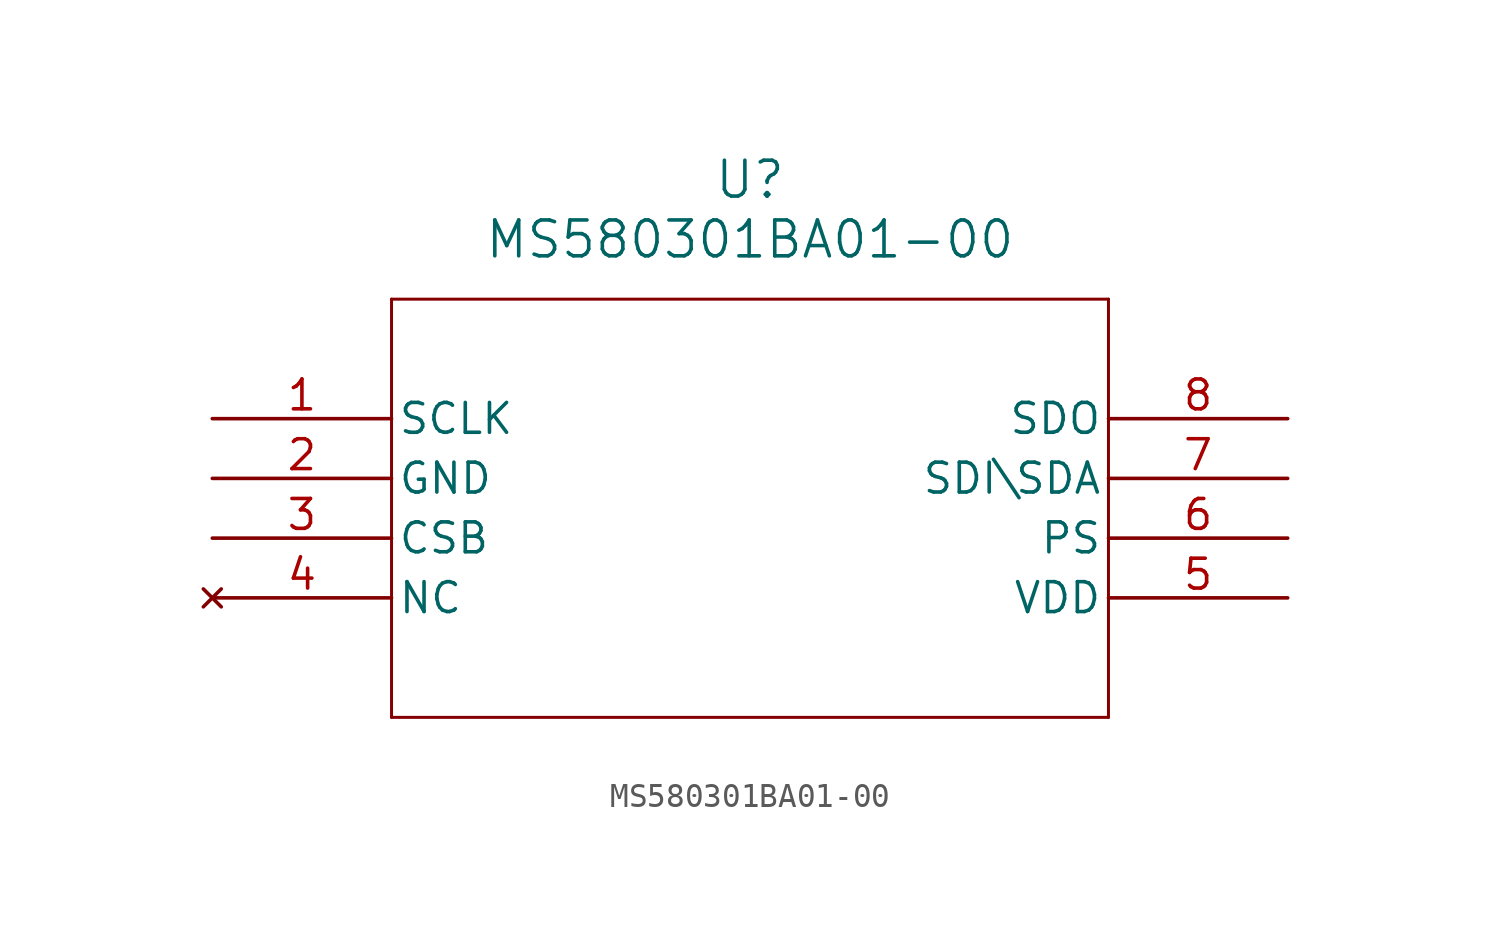
<source format=kicad_sym>
(kicad_symbol_lib
  (version 20211014)
  (generator kicad_symbol_editor)
  (symbol "MS580301BA01-00"
    (pin_names
      (offset 0.254))
    (property "Reference" "U"
      (at 22.86 10.16 0)
      (effects (font (size 1.524 1.524))))
    (property "Value" "MS580301BA01-00"
      (at 22.86 7.62 0)
      (effects (font (size 1.524 1.524))))
    (symbol "MS580301BA01-00_0_1"
      (polyline (pts (xy 7.62 5.08) (xy 7.62 -12.7)) (stroke (width 0.127) (type default) (color 0 0 0 0)) (fill (type none)))
      (polyline (pts (xy 7.62 -12.7) (xy 38.1 -12.7)) (stroke (width 0.127) (type default) (color 0 0 0 0)) (fill (type none)))
      (polyline (pts (xy 38.1 -12.7) (xy 38.1 5.08)) (stroke (width 0.127) (type default) (color 0 0 0 0)) (fill (type none)))
      (polyline (pts (xy 38.1 5.08) (xy 7.62 5.08)) (stroke (width 0.127) (type default) (color 0 0 0 0)) (fill (type none)))
      (pin input line (at 0 0 0) (length 7.62) (name "SCLK" (effects (font (size 1.27 1.27)))) (number "1" (effects (font (size 1.27 1.27)))))
      (pin power_out line (at 0 -2.54 0) (length 7.62) (name "GND" (effects (font (size 1.27 1.27)))) (number "2" (effects (font (size 1.27 1.27)))))
      (pin input line (at 0 -5.08 0) (length 7.62) (name "CSB" (effects (font (size 1.27 1.27)))) (number "3" (effects (font (size 1.27 1.27)))))
      (pin no_connect line (at 0 -7.62 0) (length 7.62) (name "NC" (effects (font (size 1.27 1.27)))) (number "4" (effects (font (size 1.27 1.27)))))
      (pin power_in line (at 45.72 -7.62 180) (length 7.62) (name "VDD" (effects (font (size 1.27 1.27)))) (number "5" (effects (font (size 1.27 1.27)))))
      (pin input line (at 45.72 -5.08 180) (length 7.62) (name "PS" (effects (font (size 1.27 1.27)))) (number "6" (effects (font (size 1.27 1.27)))))
      (pin input line (at 45.72 -2.54 180) (length 7.62) (name "SDI\SDA" (effects (font (size 1.27 1.27)))) (number "7" (effects (font (size 1.27 1.27)))))
      (pin output line (at 45.72 0 180) (length 7.62) (name "SDO" (effects (font (size 1.27 1.27)))) (number "8" (effects (font (size 1.27 1.27))))))))
</source>
